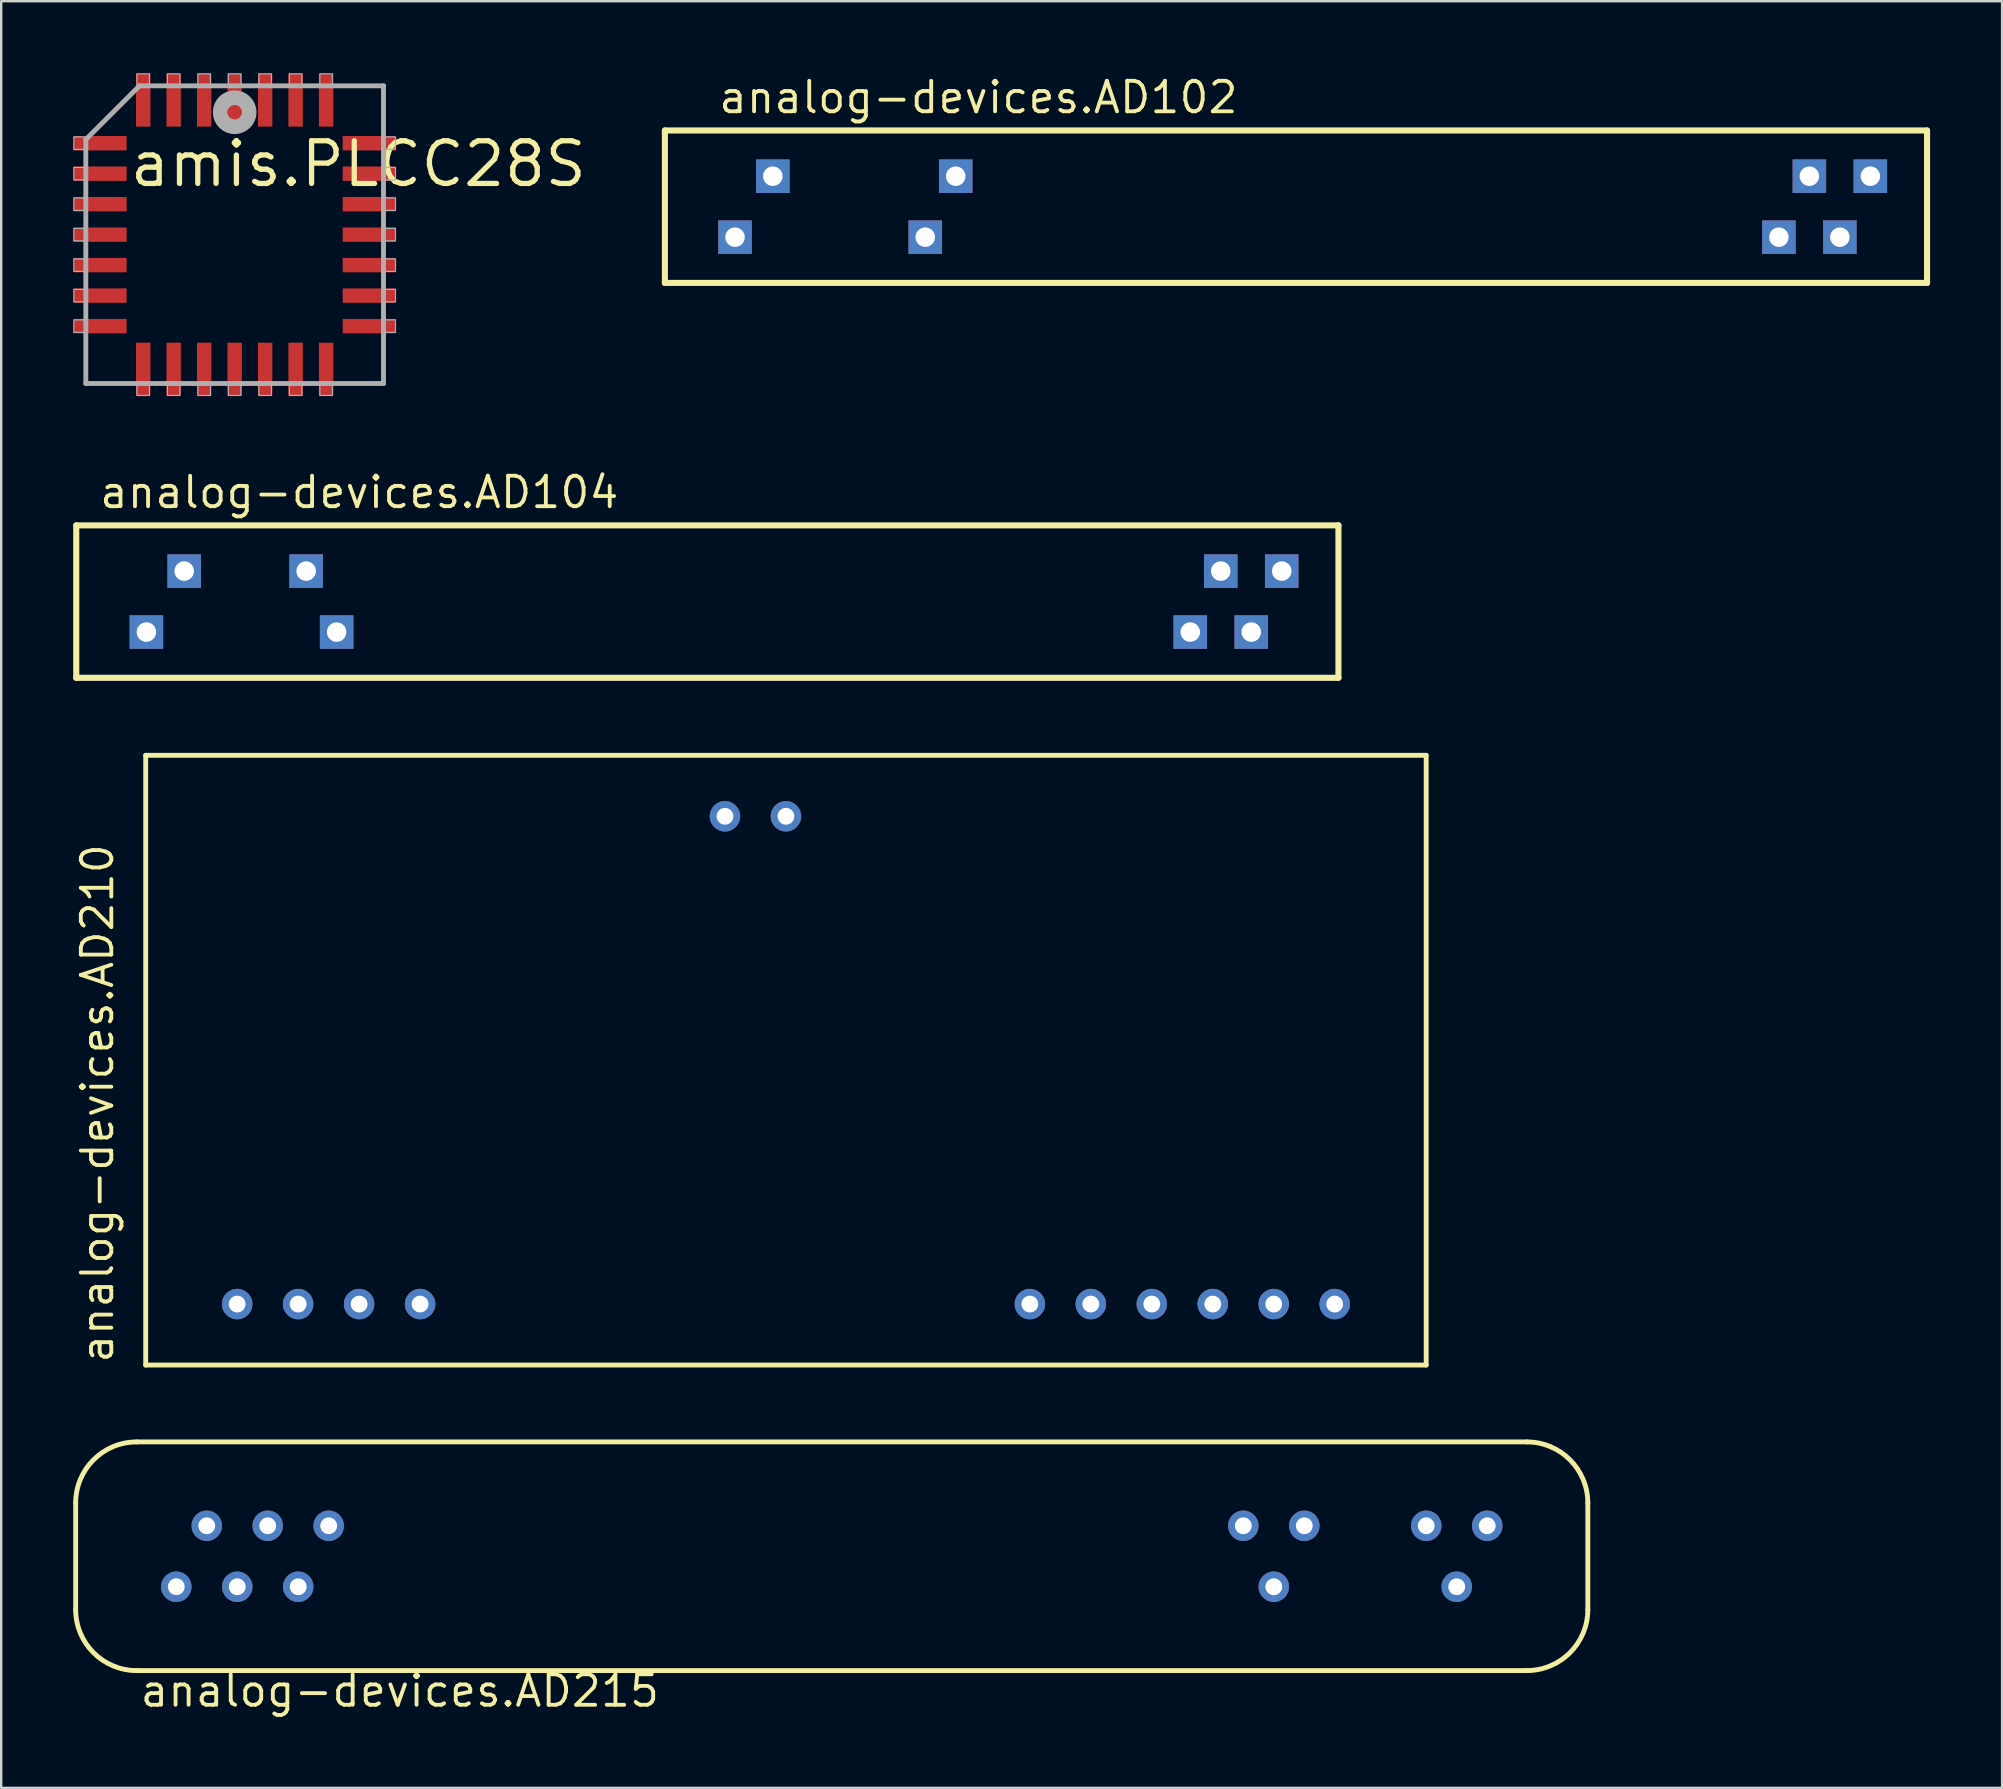
<source format=kicad_pcb>
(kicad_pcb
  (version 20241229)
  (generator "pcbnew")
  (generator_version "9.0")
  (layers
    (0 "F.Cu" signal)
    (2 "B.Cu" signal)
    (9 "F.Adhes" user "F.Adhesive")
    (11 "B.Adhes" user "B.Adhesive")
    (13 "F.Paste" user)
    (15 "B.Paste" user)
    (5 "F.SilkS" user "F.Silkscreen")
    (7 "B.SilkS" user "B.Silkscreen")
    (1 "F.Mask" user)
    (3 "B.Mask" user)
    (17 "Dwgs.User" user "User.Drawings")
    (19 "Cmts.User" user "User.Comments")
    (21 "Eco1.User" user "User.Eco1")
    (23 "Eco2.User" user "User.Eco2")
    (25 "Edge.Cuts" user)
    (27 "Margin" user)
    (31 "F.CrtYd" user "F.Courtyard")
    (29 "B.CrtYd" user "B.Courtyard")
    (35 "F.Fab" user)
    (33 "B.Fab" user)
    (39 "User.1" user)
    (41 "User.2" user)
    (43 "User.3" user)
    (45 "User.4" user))
  (footprint "amis.PLCC28S"
    (layer "F.Cu")
    (at 6.725 6.725)
    (property "Reference" "amis.PLCC28S" (at -4.475 -1.905 0) (layer "F.SilkS") (effects (font (size 1.778 1.778) (thickness 0.22)) (justify left bottom)))
    (attr smd)
    (fp_line (start -6.2 -3.965) (end -6.2 6.2) (stroke (width 0.203) (type default)) (layer "F.Fab"))
    (fp_line (start -6.2 6.2) (end 6.2 6.2) (stroke (width 0.203) (type default)) (layer "F.Fab"))
    (fp_line (start -3.965 -6.2) (end -6.2 -3.965) (stroke (width 0.203) (type default)) (layer "F.Fab"))
    (fp_line (start 6.2 -6.2) (end -3.965 -6.2) (stroke (width 0.203) (type default)) (layer "F.Fab"))
    (fp_line (start 6.2 6.2) (end 6.2 -6.2) (stroke (width 0.203) (type default)) (layer "F.Fab"))
    (fp_rect (start -6.7 -3.55) (end -6.25 -4.07) (stroke (width 0.05) (type default)) (fill no) (layer "F.Fab"))
    (fp_rect (start -6.7 -2.28) (end -6.25 -2.8) (stroke (width 0.05) (type default)) (fill no) (layer "F.Fab"))
    (fp_rect (start -6.7 -1.01) (end -6.25 -1.53) (stroke (width 0.05) (type default)) (fill no) (layer "F.Fab"))
    (fp_rect (start -6.7 0.26) (end -6.25 -0.26) (stroke (width 0.05) (type default)) (fill no) (layer "F.Fab"))
    (fp_rect (start -6.7 1.53) (end -6.25 1.01) (stroke (width 0.05) (type default)) (fill no) (layer "F.Fab"))
    (fp_rect (start -6.7 2.8) (end -6.25 2.28) (stroke (width 0.05) (type default)) (fill no) (layer "F.Fab"))
    (fp_rect (start -6.7 4.07) (end -6.25 3.55) (stroke (width 0.05) (type default)) (fill no) (layer "F.Fab"))
    (fp_rect (start -4.07 -6.25) (end -3.55 -6.7) (stroke (width 0.05) (type default)) (fill no) (layer "F.Fab"))
    (fp_rect (start -4.07 6.7) (end -3.55 6.25) (stroke (width 0.05) (type default)) (fill no) (layer "F.Fab"))
    (fp_rect (start -2.8 -6.25) (end -2.28 -6.7) (stroke (width 0.05) (type default)) (fill no) (layer "F.Fab"))
    (fp_rect (start -2.8 6.7) (end -2.28 6.25) (stroke (width 0.05) (type default)) (fill no) (layer "F.Fab"))
    (fp_rect (start -1.53 -6.25) (end -1.01 -6.7) (stroke (width 0.05) (type default)) (fill no) (layer "F.Fab"))
    (fp_rect (start -1.53 6.7) (end -1.01 6.25) (stroke (width 0.05) (type default)) (fill no) (layer "F.Fab"))
    (fp_rect (start -0.26 -6.25) (end 0.26 -6.7) (stroke (width 0.05) (type default)) (fill no) (layer "F.Fab"))
    (fp_rect (start -0.26 6.7) (end 0.26 6.25) (stroke (width 0.05) (type default)) (fill no) (layer "F.Fab"))
    (fp_rect (start 1.01 -6.25) (end 1.53 -6.7) (stroke (width 0.05) (type default)) (fill no) (layer "F.Fab"))
    (fp_rect (start 1.01 6.7) (end 1.53 6.25) (stroke (width 0.05) (type default)) (fill no) (layer "F.Fab"))
    (fp_rect (start 2.28 -6.25) (end 2.8 -6.7) (stroke (width 0.05) (type default)) (fill no) (layer "F.Fab"))
    (fp_rect (start 2.28 6.7) (end 2.8 6.25) (stroke (width 0.05) (type default)) (fill no) (layer "F.Fab"))
    (fp_rect (start 3.55 -6.25) (end 4.07 -6.7) (stroke (width 0.05) (type default)) (fill no) (layer "F.Fab"))
    (fp_rect (start 3.55 6.7) (end 4.07 6.25) (stroke (width 0.05) (type default)) (fill no) (layer "F.Fab"))
    (fp_rect (start 6.25 -3.55) (end 6.7 -4.07) (stroke (width 0.05) (type default)) (fill no) (layer "F.Fab"))
    (fp_rect (start 6.25 -2.28) (end 6.7 -2.8) (stroke (width 0.05) (type default)) (fill no) (layer "F.Fab"))
    (fp_rect (start 6.25 -1.01) (end 6.7 -1.53) (stroke (width 0.05) (type default)) (fill no) (layer "F.Fab"))
    (fp_rect (start 6.25 0.26) (end 6.7 -0.26) (stroke (width 0.05) (type default)) (fill no) (layer "F.Fab"))
    (fp_rect (start 6.25 1.53) (end 6.7 1.01) (stroke (width 0.05) (type default)) (fill no) (layer "F.Fab"))
    (fp_rect (start 6.25 2.8) (end 6.7 2.28) (stroke (width 0.05) (type default)) (fill no) (layer "F.Fab"))
    (fp_rect (start 6.25 4.07) (end 6.7 3.55) (stroke (width 0.05) (type default)) (fill no) (layer "F.Fab"))
    (fp_circle (center 0 -5.1) (end 0.3 -5.1) (stroke (width 0.61) (type default)) (fill no) (layer "F.Fab"))
    (pad "1" smd roundrect (at 0 -5.6) (size 0.6 2.2) (layers "F.Cu" "F.Mask" "F.Paste") (roundrect_rratio 0.01))
    (pad "2" smd roundrect (at -1.27 -5.6) (size 0.6 2.2) (layers "F.Cu" "F.Mask" "F.Paste") (roundrect_rratio 0.01))
    (pad "3" smd roundrect (at -2.54 -5.6) (size 0.6 2.2) (layers "F.Cu" "F.Mask" "F.Paste") (roundrect_rratio 0.01))
    (pad "4" smd roundrect (at -3.81 -5.6) (size 0.6 2.2) (layers "F.Cu" "F.Mask" "F.Paste") (roundrect_rratio 0.01))
    (pad "5" smd roundrect (at -5.6 -3.81) (size 2.2 0.6) (layers "F.Cu" "F.Mask" "F.Paste") (roundrect_rratio 0.01))
    (pad "6" smd roundrect (at -5.6 -2.54) (size 2.2 0.6) (layers "F.Cu" "F.Mask" "F.Paste") (roundrect_rratio 0.01))
    (pad "7" smd roundrect (at -5.6 -1.27) (size 2.2 0.6) (layers "F.Cu" "F.Mask" "F.Paste") (roundrect_rratio 0.01))
    (pad "8" smd roundrect (at -5.6 0) (size 2.2 0.6) (layers "F.Cu" "F.Mask" "F.Paste") (roundrect_rratio 0.01))
    (pad "9" smd roundrect (at -5.6 1.27) (size 2.2 0.6) (layers "F.Cu" "F.Mask" "F.Paste") (roundrect_rratio 0.01))
    (pad "10" smd roundrect (at -5.6 2.54) (size 2.2 0.6) (layers "F.Cu" "F.Mask" "F.Paste") (roundrect_rratio 0.01))
    (pad "11" smd roundrect (at -5.6 3.81) (size 2.2 0.6) (layers "F.Cu" "F.Mask" "F.Paste") (roundrect_rratio 0.01))
    (pad "12" smd roundrect (at -3.81 5.6) (size 0.6 2.2) (layers "F.Cu" "F.Mask" "F.Paste") (roundrect_rratio 0.01))
    (pad "13" smd roundrect (at -2.54 5.6) (size 0.6 2.2) (layers "F.Cu" "F.Mask" "F.Paste") (roundrect_rratio 0.01))
    (pad "14" smd roundrect (at -1.27 5.6) (size 0.6 2.2) (layers "F.Cu" "F.Mask" "F.Paste") (roundrect_rratio 0.01))
    (pad "15" smd roundrect (at 0 5.6) (size 0.6 2.2) (layers "F.Cu" "F.Mask" "F.Paste") (roundrect_rratio 0.01))
    (pad "16" smd roundrect (at 1.27 5.6) (size 0.6 2.2) (layers "F.Cu" "F.Mask" "F.Paste") (roundrect_rratio 0.01))
    (pad "17" smd roundrect (at 2.54 5.6) (size 0.6 2.2) (layers "F.Cu" "F.Mask" "F.Paste") (roundrect_rratio 0.01))
    (pad "18" smd roundrect (at 3.81 5.6) (size 0.6 2.2) (layers "F.Cu" "F.Mask" "F.Paste") (roundrect_rratio 0.01))
    (pad "19" smd roundrect (at 5.6 3.81) (size 2.2 0.6) (layers "F.Cu" "F.Mask" "F.Paste") (roundrect_rratio 0.01))
    (pad "20" smd roundrect (at 5.6 2.54) (size 2.2 0.6) (layers "F.Cu" "F.Mask" "F.Paste") (roundrect_rratio 0.01))
    (pad "21" smd roundrect (at 5.6 1.27) (size 2.2 0.6) (layers "F.Cu" "F.Mask" "F.Paste") (roundrect_rratio 0.01))
    (pad "22" smd roundrect (at 5.6 0) (size 2.2 0.6) (layers "F.Cu" "F.Mask" "F.Paste") (roundrect_rratio 0.01))
    (pad "23" smd roundrect (at 5.6 -1.27) (size 2.2 0.6) (layers "F.Cu" "F.Mask" "F.Paste") (roundrect_rratio 0.01))
    (pad "24" smd roundrect (at 5.6 -2.54) (size 2.2 0.6) (layers "F.Cu" "F.Mask" "F.Paste") (roundrect_rratio 0.01))
    (pad "25" smd roundrect (at 5.6 -3.81) (size 2.2 0.6) (layers "F.Cu" "F.Mask" "F.Paste") (roundrect_rratio 0.01))
    (pad "26" smd roundrect (at 3.81 -5.6) (size 0.6 2.2) (layers "F.Cu" "F.Mask" "F.Paste") (roundrect_rratio 0.01))
    (pad "27" smd roundrect (at 2.54 -5.6) (size 0.6 2.2) (layers "F.Cu" "F.Mask" "F.Paste") (roundrect_rratio 0.01))
    (pad "28" smd roundrect (at 1.27 -5.6) (size 0.6 2.2) (layers "F.Cu" "F.Mask" "F.Paste") (roundrect_rratio 0.01)))
  (footprint "analog-devices.AD215"
    (layer "F.Cu")
    (at 31.598 61.779)
    (property "Reference" "analog-devices.AD215" (at -28.892 6.35 0) (layer "F.SilkS") (effects (font (size 1.27 1.27) (thickness 0.16)) (justify left bottom)))
    (attr through_hole)
    (fp_line (start -31.496 2.223) (end -31.496 -2.223) (stroke (width 0.203) (type default)) (layer "F.SilkS"))
    (fp_line (start -28.956 -4.763) (end 28.956 -4.763) (stroke (width 0.203) (type default)) (layer "F.SilkS"))
    (fp_line (start 28.956 4.763) (end -28.956 4.763) (stroke (width 0.203) (type default)) (layer "F.SilkS"))
    (fp_line (start 31.496 -2.223) (end 31.496 2.223) (stroke (width 0.203) (type default)) (layer "F.SilkS"))
    (fp_arc (start -31.496 -2.2225) (mid -30.752051 -4.018551) (end -28.956 -4.7625) (stroke (width 0.2032) (type default)) (layer "F.SilkS"))
    (fp_arc (start -28.956 4.7625) (mid -30.752051 4.018551) (end -31.496 2.2225) (stroke (width 0.2032) (type default)) (layer "F.SilkS"))
    (fp_arc (start 28.956 -4.7625) (mid 30.752051 -4.018551) (end 31.496 -2.2225) (stroke (width 0.2032) (type default)) (layer "F.SilkS"))
    (fp_arc (start 31.496 2.2225) (mid 30.752051 4.018551) (end 28.956 4.7625) (stroke (width 0.2032) (type default)) (layer "F.SilkS"))
    (pad "1" thru_hole circle (at -27.305 1.27) (size 1.27 1.27) (drill 0.7) (layers "*.Cu" "*.Mask"))
    (pad "2" thru_hole circle (at -26.035 -1.27) (size 1.27 1.27) (drill 0.7) (layers "*.Cu" "*.Mask"))
    (pad "3" thru_hole circle (at -24.765 1.27) (size 1.27 1.27) (drill 0.7) (layers "*.Cu" "*.Mask"))
    (pad "4" thru_hole circle (at -23.495 -1.27) (size 1.27 1.27) (drill 0.7) (layers "*.Cu" "*.Mask"))
    (pad "5" thru_hole circle (at -22.225 1.27) (size 1.27 1.27) (drill 0.7) (layers "*.Cu" "*.Mask"))
    (pad "6" thru_hole circle (at -20.955 -1.27) (size 1.27 1.27) (drill 0.7) (layers "*.Cu" "*.Mask"))
    (pad "36" thru_hole circle (at 17.145 -1.27) (size 1.27 1.27) (drill 0.7) (layers "*.Cu" "*.Mask"))
    (pad "37" thru_hole circle (at 18.415 1.27) (size 1.27 1.27) (drill 0.7) (layers "*.Cu" "*.Mask"))
    (pad "38" thru_hole circle (at 19.685 -1.27) (size 1.27 1.27) (drill 0.7) (layers "*.Cu" "*.Mask"))
    (pad "42" thru_hole circle (at 24.765 -1.27) (size 1.27 1.27) (drill 0.7) (layers "*.Cu" "*.Mask"))
    (pad "43" thru_hole circle (at 26.035 1.27) (size 1.27 1.27) (drill 0.7) (layers "*.Cu" "*.Mask"))
    (pad "44" thru_hole circle (at 27.305 -1.27) (size 1.27 1.27) (drill 0.7) (layers "*.Cu" "*.Mask")))
  (footprint "analog-devices.AD210"
    (layer "F.Cu")
    (at 30.96 41.114)
    (property "Reference" "analog-devices.AD210" (at -29.21 12.7 90) (layer "F.SilkS") (effects (font (size 1.27 1.27) (thickness 0.16)) (justify left bottom)))
    (attr through_hole)
    (fp_line (start -27.94 -12.7) (end 25.4 -12.7) (stroke (width 0.203) (type default)) (layer "F.SilkS"))
    (fp_line (start -27.94 12.7) (end -27.94 -12.7) (stroke (width 0.203) (type default)) (layer "F.SilkS"))
    (fp_line (start 25.4 -12.7) (end 25.4 12.7) (stroke (width 0.203) (type default)) (layer "F.SilkS"))
    (fp_line (start 25.4 12.7) (end -27.94 12.7) (stroke (width 0.203) (type default)) (layer "F.SilkS"))
    (pad "1" thru_hole circle (at -24.13 10.16 90) (size 1.27 1.27) (drill 0.7) (layers "*.Cu" "*.Mask"))
    (pad "2" thru_hole circle (at -21.59 10.16 90) (size 1.27 1.27) (drill 0.7) (layers "*.Cu" "*.Mask"))
    (pad "3" thru_hole circle (at -19.05 10.16 90) (size 1.27 1.27) (drill 0.7) (layers "*.Cu" "*.Mask"))
    (pad "4" thru_hole circle (at -16.51 10.16 90) (size 1.27 1.27) (drill 0.7) (layers "*.Cu" "*.Mask"))
    (pad "14" thru_hole circle (at 8.89 10.16 90) (size 1.27 1.27) (drill 0.7) (layers "*.Cu" "*.Mask"))
    (pad "15" thru_hole circle (at 11.43 10.16 90) (size 1.27 1.27) (drill 0.7) (layers "*.Cu" "*.Mask"))
    (pad "16" thru_hole circle (at 13.97 10.16 90) (size 1.27 1.27) (drill 0.7) (layers "*.Cu" "*.Mask"))
    (pad "17" thru_hole circle (at 16.51 10.16 90) (size 1.27 1.27) (drill 0.7) (layers "*.Cu" "*.Mask"))
    (pad "18" thru_hole circle (at 19.05 10.16 90) (size 1.27 1.27) (drill 0.7) (layers "*.Cu" "*.Mask"))
    (pad "19" thru_hole circle (at 21.59 10.16 90) (size 1.27 1.27) (drill 0.7) (layers "*.Cu" "*.Mask"))
    (pad "29" thru_hole circle (at -1.27 -10.16 90) (size 1.27 1.27) (drill 0.7) (layers "*.Cu" "*.Mask"))
    (pad "30" thru_hole circle (at -3.81 -10.16 90) (size 1.27 1.27) (drill 0.7) (layers "*.Cu" "*.Mask")))
  (footprint "analog-devices.AD102"
    (layer "F.Cu")
    (at 50.936 5.56)
    (property "Reference" "analog-devices.AD102" (at -24.13 -3.81 0) (layer "F.SilkS") (effects (font (size 1.27 1.27) (thickness 0.16)) (justify left bottom)))
    (attr through_hole)
    (fp_line (start -26.289 -3.175) (end 26.289 -3.175) (stroke (width 0.254) (type default)) (layer "F.SilkS"))
    (fp_line (start -26.289 3.175) (end -26.289 -3.175) (stroke (width 0.254) (type default)) (layer "F.SilkS"))
    (fp_line (start 26.289 -3.175) (end 26.289 3.175) (stroke (width 0.254) (type default)) (layer "F.SilkS"))
    (fp_line (start 26.289 3.175) (end -26.289 3.175) (stroke (width 0.254) (type default)) (layer "F.SilkS"))
    (pad "1" thru_hole rect (at -23.368 1.27) (size 1.397 1.397) (drill 0.813) (layers "*.Cu" "*.Mask"))
    (pad "2" thru_hole rect (at -15.443 1.27) (size 1.397 1.397) (drill 0.813) (layers "*.Cu" "*.Mask"))
    (pad "3" thru_hole rect (at 20.117 1.27) (size 1.397 1.397) (drill 0.813) (layers "*.Cu" "*.Mask"))
    (pad "4" thru_hole rect (at 22.657 1.27) (size 1.397 1.397) (drill 0.813) (layers "*.Cu" "*.Mask"))
    (pad "5" thru_hole rect (at 23.927 -1.27) (size 1.397 1.397) (drill 0.813) (layers "*.Cu" "*.Mask"))
    (pad "6" thru_hole rect (at 21.387 -1.27) (size 1.397 1.397) (drill 0.813) (layers "*.Cu" "*.Mask"))
    (pad "7" thru_hole rect (at -14.173 -1.27) (size 1.397 1.397) (drill 0.813) (layers "*.Cu" "*.Mask"))
    (pad "9" thru_hole rect (at -21.793 -1.27) (size 1.397 1.397) (drill 0.813) (layers "*.Cu" "*.Mask")))
  (footprint "analog-devices.AD104"
    (layer "F.Cu")
    (at 26.416 22.01)
    (property "Reference" "analog-devices.AD104" (at -25.4 -3.81 0) (layer "F.SilkS") (effects (font (size 1.27 1.27) (thickness 0.16)) (justify left bottom)))
    (attr through_hole)
    (fp_line (start -26.289 -3.175) (end 26.289 -3.175) (stroke (width 0.254) (type default)) (layer "F.SilkS"))
    (fp_line (start -26.289 3.175) (end -26.289 -3.175) (stroke (width 0.254) (type default)) (layer "F.SilkS"))
    (fp_line (start 26.289 -3.175) (end 26.289 3.175) (stroke (width 0.254) (type default)) (layer "F.SilkS"))
    (fp_line (start 26.289 3.175) (end -26.289 3.175) (stroke (width 0.254) (type default)) (layer "F.SilkS"))
    (pad "1" thru_hole rect (at -23.368 1.27) (size 1.397 1.397) (drill 0.813) (layers "*.Cu" "*.Mask"))
    (pad "2" thru_hole rect (at -15.443 1.27) (size 1.397 1.397) (drill 0.813) (layers "*.Cu" "*.Mask"))
    (pad "3" thru_hole rect (at 20.117 1.27) (size 1.397 1.397) (drill 0.813) (layers "*.Cu" "*.Mask"))
    (pad "4" thru_hole rect (at 22.657 1.27) (size 1.397 1.397) (drill 0.813) (layers "*.Cu" "*.Mask"))
    (pad "5" thru_hole rect (at 23.927 -1.27) (size 1.397 1.397) (drill 0.813) (layers "*.Cu" "*.Mask"))
    (pad "6" thru_hole rect (at 21.387 -1.27) (size 1.397 1.397) (drill 0.813) (layers "*.Cu" "*.Mask"))
    (pad "8" thru_hole rect (at -16.713 -1.27) (size 1.397 1.397) (drill 0.813) (layers "*.Cu" "*.Mask"))
    (pad "9" thru_hole rect (at -21.793 -1.27) (size 1.397 1.397) (drill 0.813) (layers "*.Cu" "*.Mask")))
  (gr_rect
    (start -3 -3)
    (end 80.352 71.427)
    (stroke (width 0.1) (type default))
    (fill no)
    (layer "Edge.Cuts")))
</source>
